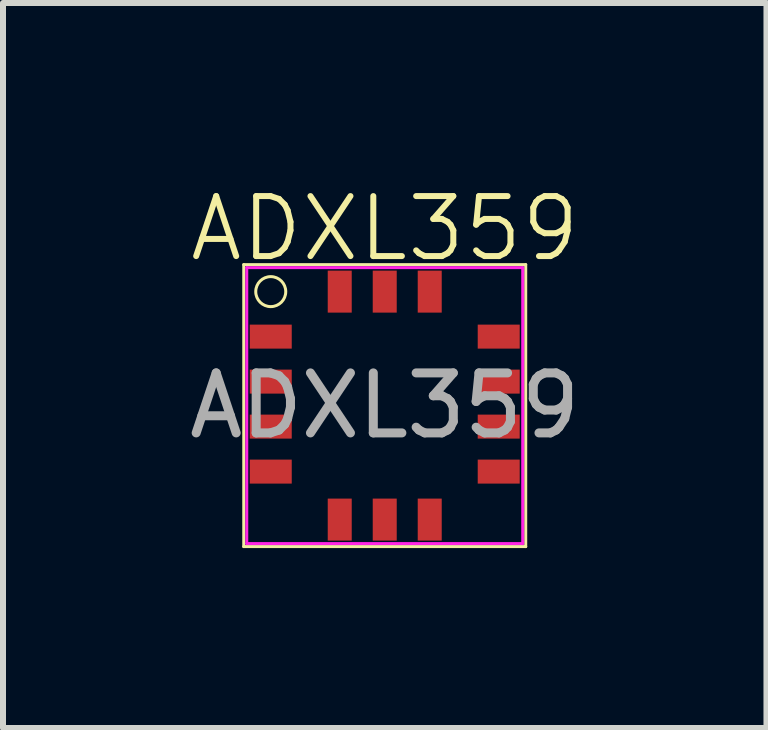
<source format=kicad_pcb>
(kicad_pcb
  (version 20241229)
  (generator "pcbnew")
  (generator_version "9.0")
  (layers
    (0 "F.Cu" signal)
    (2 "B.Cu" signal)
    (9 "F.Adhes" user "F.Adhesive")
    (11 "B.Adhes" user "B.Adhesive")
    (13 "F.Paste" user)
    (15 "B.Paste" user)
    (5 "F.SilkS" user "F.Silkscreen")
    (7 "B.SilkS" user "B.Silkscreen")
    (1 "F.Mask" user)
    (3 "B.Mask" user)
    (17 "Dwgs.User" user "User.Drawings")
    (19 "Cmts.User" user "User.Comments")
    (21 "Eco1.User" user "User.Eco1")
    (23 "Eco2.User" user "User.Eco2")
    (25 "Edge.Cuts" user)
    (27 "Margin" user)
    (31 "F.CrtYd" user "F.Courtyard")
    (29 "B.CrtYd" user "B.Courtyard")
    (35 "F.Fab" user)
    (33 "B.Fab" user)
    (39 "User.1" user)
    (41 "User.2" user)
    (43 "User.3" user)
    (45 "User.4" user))
  (footprint "ADXL359"
    (layer "F.Cu")
    (at 3.363 3.711)
    (property "Reference" "ADXL359" (at 0 -2.95 0) (unlocked yes) (layer "F.SilkS") (effects (font (size 1 1) (thickness 0.1))))
    (attr smd)
    (fp_circle (center -1.9 -1.9) (end -1.759 -1.9) (stroke (width 0.05) (type default)) (fill no) (layer "F.Mask"))
    (fp_line (start -2.35 -2.35) (end -2.35 2.35) (stroke (width 0.05) (type default)) (layer "F.SilkS"))
    (fp_line (start -2.35 2.35) (end 2.35 2.35) (stroke (width 0.05) (type default)) (layer "F.SilkS"))
    (fp_line (start 2.35 -2.35) (end -2.35 -2.35) (stroke (width 0.05) (type default)) (layer "F.SilkS"))
    (fp_line (start 2.35 2.35) (end 2.35 -2.35) (stroke (width 0.05) (type default)) (layer "F.SilkS"))
    (fp_circle (center -1.9 -1.9) (end -1.65 -1.9) (stroke (width 0.05) (type default)) (fill no) (layer "F.SilkS"))
    (fp_line (start -2.3 -2.3) (end 2.3 -2.3) (stroke (width 0.05) (type default)) (layer "F.CrtYd"))
    (fp_line (start -2.3 2.3) (end -2.3 -2.3) (stroke (width 0.05) (type default)) (layer "F.CrtYd"))
    (fp_line (start 2.3 -2.3) (end 2.3 2.3) (stroke (width 0.05) (type default)) (layer "F.CrtYd"))
    (fp_line (start 2.3 2.3) (end -2.3 2.3) (stroke (width 0.05) (type default)) (layer "F.CrtYd"))
    (fp_text user "${REFERENCE}" (at 0 0 0) (unlocked yes) (layer "F.Fab") (effects (font (size 1 1) (thickness 0.15))))
    (pad "1" smd rect (at -1.9 -1.15 90) (size 0.4 0.7) (layers "F.Cu" "F.Mask" "F.Paste"))
    (pad "2" smd rect (at -1.9 -0.4 90) (size 0.4 0.7) (layers "F.Cu" "F.Mask" "F.Paste"))
    (pad "3" smd rect (at -1.9 0.35 90) (size 0.4 0.7) (layers "F.Cu" "F.Mask" "F.Paste"))
    (pad "4" smd rect (at -1.9 1.1 90) (size 0.4 0.7) (layers "F.Cu" "F.Mask" "F.Paste"))
    (pad "5" smd rect (at -0.75 1.9 180) (size 0.4 0.7) (layers "F.Cu" "F.Mask" "F.Paste"))
    (pad "6" smd rect (at 0 1.9 180) (size 0.4 0.7) (layers "F.Cu" "F.Mask" "F.Paste"))
    (pad "7" smd rect (at 0.75 1.9 180) (size 0.4 0.7) (layers "F.Cu" "F.Mask" "F.Paste"))
    (pad "8" smd rect (at 1.9 1.1 90) (size 0.4 0.7) (layers "F.Cu" "F.Mask" "F.Paste"))
    (pad "9" smd rect (at 1.9 0.35 90) (size 0.4 0.7) (layers "F.Cu" "F.Mask" "F.Paste"))
    (pad "10" smd rect (at 1.9 -0.4 90) (size 0.4 0.7) (layers "F.Cu" "F.Mask" "F.Paste"))
    (pad "11" smd rect (at 1.9 -1.15 90) (size 0.4 0.7) (layers "F.Cu" "F.Mask" "F.Paste"))
    (pad "12" smd rect (at 0.75 -1.9 180) (size 0.4 0.7) (layers "F.Cu" "F.Mask" "F.Paste"))
    (pad "13" smd rect (at 0 -1.9 180) (size 0.4 0.7) (layers "F.Cu" "F.Mask" "F.Paste"))
    (pad "14" smd rect (at -0.75 -1.9 180) (size 0.4 0.7) (layers "F.Cu" "F.Mask" "F.Paste")))
  (gr_rect
    (start -3 -3)
    (end 9.726 9.085)
    (stroke (width 0.1) (type default))
    (fill no)
    (layer "Edge.Cuts")))
</source>
